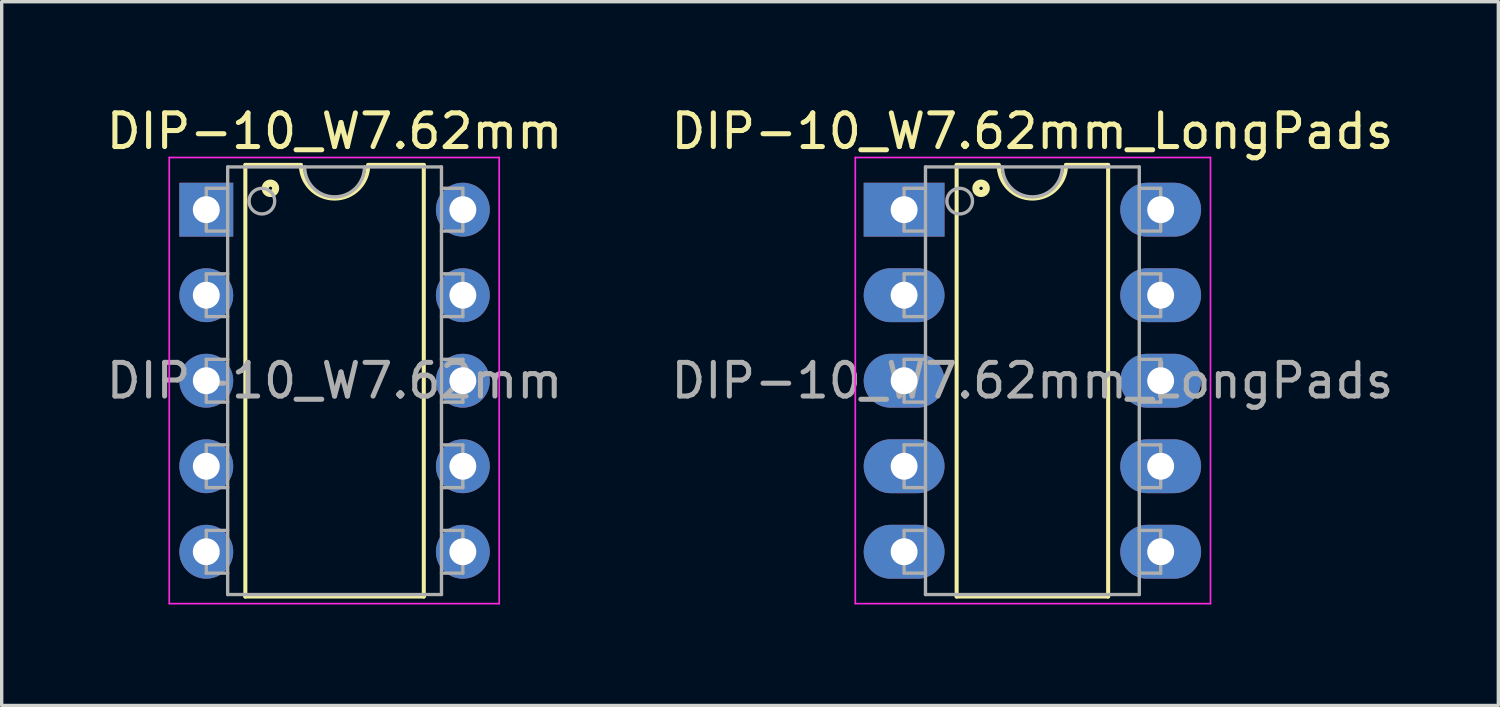
<source format=kicad_pcb>
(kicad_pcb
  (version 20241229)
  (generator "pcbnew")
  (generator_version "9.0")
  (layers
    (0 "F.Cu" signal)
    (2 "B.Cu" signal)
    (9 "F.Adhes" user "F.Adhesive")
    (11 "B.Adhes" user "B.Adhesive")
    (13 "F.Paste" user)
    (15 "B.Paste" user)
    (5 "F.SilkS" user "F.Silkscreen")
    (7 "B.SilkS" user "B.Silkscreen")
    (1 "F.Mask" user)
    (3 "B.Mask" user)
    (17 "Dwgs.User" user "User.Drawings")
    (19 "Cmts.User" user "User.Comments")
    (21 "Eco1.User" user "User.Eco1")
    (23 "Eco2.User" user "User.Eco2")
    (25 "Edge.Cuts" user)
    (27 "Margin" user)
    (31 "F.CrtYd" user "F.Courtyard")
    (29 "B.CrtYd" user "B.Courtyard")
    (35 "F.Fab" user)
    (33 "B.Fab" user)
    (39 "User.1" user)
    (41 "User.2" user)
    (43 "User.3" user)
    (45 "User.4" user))
  (footprint "DIP-10_W7.62mm_LongPads"
    (layer "F.Cu")
    (at 23.803 3.178)
    (property "Reference" "DIP-10_W7.62mm_LongPads" (at 3.81 -2.33 0) (layer "F.SilkS") (effects (font (size 1 1) (thickness 0.15))))
    (attr through_hole)
    (fp_line (start 1.56 -1.33) (end 1.56 11.49) (stroke (width 0.12) (type solid)) (layer "F.SilkS"))
    (fp_line (start 1.56 11.49) (end 6.06 11.49) (stroke (width 0.12) (type solid)) (layer "F.SilkS"))
    (fp_line (start 2.81 -1.33) (end 1.56 -1.33) (stroke (width 0.12) (type solid)) (layer "F.SilkS"))
    (fp_line (start 6.06 -1.33) (end 4.81 -1.33) (stroke (width 0.12) (type solid)) (layer "F.SilkS"))
    (fp_line (start 6.06 11.49) (end 6.06 -1.33) (stroke (width 0.12) (type solid)) (layer "F.SilkS"))
    (fp_arc (start 4.81 -1.33) (mid 3.81 -0.33) (end 2.81 -1.33) (stroke (width 0.12) (type solid)) (layer "F.SilkS"))
    (fp_circle (center 2.286 -0.635) (end 2.336 -0.635) (stroke (width 0.12) (type solid)) (fill no) (layer "F.SilkS"))
    (fp_circle (center 2.286 -0.635) (end 2.411 -0.635) (stroke (width 0.12) (type solid)) (fill no) (layer "F.SilkS"))
    (fp_circle (center 2.286 -0.635) (end 2.486 -0.635) (stroke (width 0.12) (type solid)) (fill no) (layer "F.SilkS"))
    (fp_line (start -1.45 -1.55) (end -1.45 11.7) (stroke (width 0.05) (type solid)) (layer "F.CrtYd"))
    (fp_line (start -1.45 11.7) (end 9.1 11.7) (stroke (width 0.05) (type solid)) (layer "F.CrtYd"))
    (fp_line (start 9.1 -1.55) (end -1.45 -1.55) (stroke (width 0.05) (type solid)) (layer "F.CrtYd"))
    (fp_line (start 9.1 11.7) (end 9.1 -1.55) (stroke (width 0.05) (type solid)) (layer "F.CrtYd"))
    (fp_line (start 0 -0.635) (end 0 0.635) (stroke (width 0.1) (type solid)) (layer "F.Fab"))
    (fp_line (start 0 -0.635) (end 0.635 -0.635) (stroke (width 0.1) (type solid)) (layer "F.Fab"))
    (fp_line (start 0 0.635) (end 0.635 0.635) (stroke (width 0.1) (type solid)) (layer "F.Fab"))
    (fp_line (start 0 1.905) (end 0 3.175) (stroke (width 0.1) (type solid)) (layer "F.Fab"))
    (fp_line (start 0 1.905) (end 0.635 1.905) (stroke (width 0.1) (type solid)) (layer "F.Fab"))
    (fp_line (start 0 3.175) (end 0.635 3.175) (stroke (width 0.1) (type solid)) (layer "F.Fab"))
    (fp_line (start 0 4.445) (end 0 5.715) (stroke (width 0.1) (type solid)) (layer "F.Fab"))
    (fp_line (start 0 4.445) (end 0.635 4.445) (stroke (width 0.1) (type solid)) (layer "F.Fab"))
    (fp_line (start 0 5.715) (end 0.635 5.715) (stroke (width 0.1) (type solid)) (layer "F.Fab"))
    (fp_line (start 0 6.985) (end 0 8.255) (stroke (width 0.1) (type solid)) (layer "F.Fab"))
    (fp_line (start 0 6.985) (end 0.635 6.985) (stroke (width 0.1) (type solid)) (layer "F.Fab"))
    (fp_line (start 0 8.255) (end 0.635 8.255) (stroke (width 0.1) (type solid)) (layer "F.Fab"))
    (fp_line (start 0 9.525) (end 0 10.795) (stroke (width 0.1) (type solid)) (layer "F.Fab"))
    (fp_line (start 0 9.525) (end 0.635 9.525) (stroke (width 0.1) (type solid)) (layer "F.Fab"))
    (fp_line (start 0 10.795) (end 0.635 10.795) (stroke (width 0.1) (type solid)) (layer "F.Fab"))
    (fp_line (start 0.635 -1.27) (end 6.985 -1.27) (stroke (width 0.1) (type solid)) (layer "F.Fab"))
    (fp_line (start 0.635 11.43) (end 0.635 -1.27) (stroke (width 0.1) (type solid)) (layer "F.Fab"))
    (fp_line (start 6.985 -1.27) (end 6.985 11.43) (stroke (width 0.1) (type solid)) (layer "F.Fab"))
    (fp_line (start 6.985 11.43) (end 0.635 11.43) (stroke (width 0.1) (type solid)) (layer "F.Fab"))
    (fp_line (start 7.62 -0.635) (end 6.985 -0.635) (stroke (width 0.1) (type solid)) (layer "F.Fab"))
    (fp_line (start 7.62 0.635) (end 6.985 0.635) (stroke (width 0.1) (type solid)) (layer "F.Fab"))
    (fp_line (start 7.62 0.635) (end 7.62 -0.635) (stroke (width 0.1) (type solid)) (layer "F.Fab"))
    (fp_line (start 7.62 1.905) (end 6.985 1.905) (stroke (width 0.1) (type solid)) (layer "F.Fab"))
    (fp_line (start 7.62 3.175) (end 6.985 3.175) (stroke (width 0.1) (type solid)) (layer "F.Fab"))
    (fp_line (start 7.62 3.175) (end 7.62 1.905) (stroke (width 0.1) (type solid)) (layer "F.Fab"))
    (fp_line (start 7.62 4.445) (end 6.985 4.445) (stroke (width 0.1) (type solid)) (layer "F.Fab"))
    (fp_line (start 7.62 5.715) (end 6.985 5.715) (stroke (width 0.1) (type solid)) (layer "F.Fab"))
    (fp_line (start 7.62 5.715) (end 7.62 4.445) (stroke (width 0.1) (type solid)) (layer "F.Fab"))
    (fp_line (start 7.62 6.985) (end 6.985 6.985) (stroke (width 0.1) (type solid)) (layer "F.Fab"))
    (fp_line (start 7.62 8.255) (end 6.985 8.255) (stroke (width 0.1) (type solid)) (layer "F.Fab"))
    (fp_line (start 7.62 8.255) (end 7.62 6.985) (stroke (width 0.1) (type solid)) (layer "F.Fab"))
    (fp_line (start 7.62 9.525) (end 6.985 9.525) (stroke (width 0.1) (type solid)) (layer "F.Fab"))
    (fp_line (start 7.62 10.795) (end 6.985 10.795) (stroke (width 0.1) (type solid)) (layer "F.Fab"))
    (fp_line (start 7.62 10.795) (end 7.62 9.525) (stroke (width 0.1) (type solid)) (layer "F.Fab"))
    (fp_arc (start 4.699 -1.27) (mid 3.81 -0.381) (end 2.921 -1.27) (stroke (width 0.1) (type solid)) (layer "F.Fab"))
    (fp_circle (center 1.651 -0.254) (end 2.032 -0.254) (stroke (width 0.1) (type solid)) (fill no) (layer "F.Fab"))
    (fp_text user "${REFERENCE}" (at 3.81 5.08 0) (layer "F.Fab") (effects (font (size 1 1) (thickness 0.15))))
    (pad "1" thru_hole rect (at 0 0) (size 2.4 1.6) (drill 0.8) (layers "*.Cu" "*.Mask"))
    (pad "2" thru_hole oval (at 0 2.54) (size 2.4 1.6) (drill 0.8) (layers "*.Cu" "*.Mask"))
    (pad "3" thru_hole oval (at 0 5.08) (size 2.4 1.6) (drill 0.8) (layers "*.Cu" "*.Mask"))
    (pad "4" thru_hole oval (at 0 7.62) (size 2.4 1.6) (drill 0.8) (layers "*.Cu" "*.Mask"))
    (pad "5" thru_hole oval (at 0 10.16) (size 2.4 1.6) (drill 0.8) (layers "*.Cu" "*.Mask"))
    (pad "6" thru_hole oval (at 7.62 10.16) (size 2.4 1.6) (drill 0.8) (layers "*.Cu" "*.Mask"))
    (pad "7" thru_hole oval (at 7.62 7.62) (size 2.4 1.6) (drill 0.8) (layers "*.Cu" "*.Mask"))
    (pad "8" thru_hole oval (at 7.62 5.08) (size 2.4 1.6) (drill 0.8) (layers "*.Cu" "*.Mask"))
    (pad "9" thru_hole oval (at 7.62 2.54) (size 2.4 1.6) (drill 0.8) (layers "*.Cu" "*.Mask"))
    (pad "10" thru_hole oval (at 7.62 0) (size 2.4 1.6) (drill 0.8) (layers "*.Cu" "*.Mask")))
  (footprint "DIP-10_W7.62mm"
    (layer "F.Cu")
    (at 3.077 3.178)
    (property "Reference" "DIP-10_W7.62mm" (at 3.81 -2.33 0) (layer "F.SilkS") (effects (font (size 1 1) (thickness 0.15))))
    (attr through_hole)
    (fp_line (start 1.16 -1.33) (end 1.16 11.49) (stroke (width 0.12) (type solid)) (layer "F.SilkS"))
    (fp_line (start 1.16 11.49) (end 6.46 11.49) (stroke (width 0.12) (type solid)) (layer "F.SilkS"))
    (fp_line (start 2.81 -1.33) (end 1.16 -1.33) (stroke (width 0.12) (type solid)) (layer "F.SilkS"))
    (fp_line (start 6.46 -1.33) (end 4.81 -1.33) (stroke (width 0.12) (type solid)) (layer "F.SilkS"))
    (fp_line (start 6.46 11.49) (end 6.46 -1.33) (stroke (width 0.12) (type solid)) (layer "F.SilkS"))
    (fp_arc (start 4.81 -1.33) (mid 3.81 -0.33) (end 2.81 -1.33) (stroke (width 0.12) (type solid)) (layer "F.SilkS"))
    (fp_circle (center 1.905 -0.635) (end 1.955 -0.635) (stroke (width 0.12) (type solid)) (fill no) (layer "F.SilkS"))
    (fp_circle (center 1.905 -0.635) (end 2.03 -0.635) (stroke (width 0.12) (type solid)) (fill no) (layer "F.SilkS"))
    (fp_circle (center 1.905 -0.635) (end 2.105 -0.635) (stroke (width 0.12) (type solid)) (fill no) (layer "F.SilkS"))
    (fp_line (start -1.1 -1.55) (end -1.1 11.7) (stroke (width 0.05) (type solid)) (layer "F.CrtYd"))
    (fp_line (start -1.1 11.7) (end 8.7 11.7) (stroke (width 0.05) (type solid)) (layer "F.CrtYd"))
    (fp_line (start 8.7 -1.55) (end -1.1 -1.55) (stroke (width 0.05) (type solid)) (layer "F.CrtYd"))
    (fp_line (start 8.7 11.7) (end 8.7 -1.55) (stroke (width 0.05) (type solid)) (layer "F.CrtYd"))
    (fp_line (start 0 -0.635) (end 0 0.635) (stroke (width 0.1) (type solid)) (layer "F.Fab"))
    (fp_line (start 0 -0.635) (end 0.635 -0.635) (stroke (width 0.1) (type solid)) (layer "F.Fab"))
    (fp_line (start 0 0.635) (end 0.635 0.635) (stroke (width 0.1) (type solid)) (layer "F.Fab"))
    (fp_line (start 0 1.905) (end 0 3.175) (stroke (width 0.1) (type solid)) (layer "F.Fab"))
    (fp_line (start 0 1.905) (end 0.635 1.905) (stroke (width 0.1) (type solid)) (layer "F.Fab"))
    (fp_line (start 0 3.175) (end 0.635 3.175) (stroke (width 0.1) (type solid)) (layer "F.Fab"))
    (fp_line (start 0 4.445) (end 0 5.715) (stroke (width 0.1) (type solid)) (layer "F.Fab"))
    (fp_line (start 0 4.445) (end 0.635 4.445) (stroke (width 0.1) (type solid)) (layer "F.Fab"))
    (fp_line (start 0 5.715) (end 0.635 5.715) (stroke (width 0.1) (type solid)) (layer "F.Fab"))
    (fp_line (start 0 6.985) (end 0 8.255) (stroke (width 0.1) (type solid)) (layer "F.Fab"))
    (fp_line (start 0 6.985) (end 0.635 6.985) (stroke (width 0.1) (type solid)) (layer "F.Fab"))
    (fp_line (start 0 8.255) (end 0.635 8.255) (stroke (width 0.1) (type solid)) (layer "F.Fab"))
    (fp_line (start 0 9.525) (end 0 10.795) (stroke (width 0.1) (type solid)) (layer "F.Fab"))
    (fp_line (start 0 9.525) (end 0.635 9.525) (stroke (width 0.1) (type solid)) (layer "F.Fab"))
    (fp_line (start 0 10.795) (end 0.635 10.795) (stroke (width 0.1) (type solid)) (layer "F.Fab"))
    (fp_line (start 0.635 -1.27) (end 6.985 -1.27) (stroke (width 0.1) (type solid)) (layer "F.Fab"))
    (fp_line (start 0.635 11.43) (end 0.635 -1.27) (stroke (width 0.1) (type solid)) (layer "F.Fab"))
    (fp_line (start 6.985 -1.27) (end 6.985 11.43) (stroke (width 0.1) (type solid)) (layer "F.Fab"))
    (fp_line (start 6.985 11.43) (end 0.635 11.43) (stroke (width 0.1) (type solid)) (layer "F.Fab"))
    (fp_line (start 7.62 -0.635) (end 6.985 -0.635) (stroke (width 0.1) (type solid)) (layer "F.Fab"))
    (fp_line (start 7.62 0.635) (end 6.985 0.635) (stroke (width 0.1) (type solid)) (layer "F.Fab"))
    (fp_line (start 7.62 0.635) (end 7.62 -0.635) (stroke (width 0.1) (type solid)) (layer "F.Fab"))
    (fp_line (start 7.62 1.905) (end 6.985 1.905) (stroke (width 0.1) (type solid)) (layer "F.Fab"))
    (fp_line (start 7.62 3.175) (end 6.985 3.175) (stroke (width 0.1) (type solid)) (layer "F.Fab"))
    (fp_line (start 7.62 3.175) (end 7.62 1.905) (stroke (width 0.1) (type solid)) (layer "F.Fab"))
    (fp_line (start 7.62 4.445) (end 6.985 4.445) (stroke (width 0.1) (type solid)) (layer "F.Fab"))
    (fp_line (start 7.62 5.715) (end 6.985 5.715) (stroke (width 0.1) (type solid)) (layer "F.Fab"))
    (fp_line (start 7.62 5.715) (end 7.62 4.445) (stroke (width 0.1) (type solid)) (layer "F.Fab"))
    (fp_line (start 7.62 6.985) (end 6.985 6.985) (stroke (width 0.1) (type solid)) (layer "F.Fab"))
    (fp_line (start 7.62 8.255) (end 6.985 8.255) (stroke (width 0.1) (type solid)) (layer "F.Fab"))
    (fp_line (start 7.62 8.255) (end 7.62 6.985) (stroke (width 0.1) (type solid)) (layer "F.Fab"))
    (fp_line (start 7.62 9.525) (end 6.985 9.525) (stroke (width 0.1) (type solid)) (layer "F.Fab"))
    (fp_line (start 7.62 10.795) (end 6.985 10.795) (stroke (width 0.1) (type solid)) (layer "F.Fab"))
    (fp_line (start 7.62 10.795) (end 7.62 9.525) (stroke (width 0.1) (type solid)) (layer "F.Fab"))
    (fp_arc (start 4.699 -1.27) (mid 3.81 -0.381) (end 2.921 -1.27) (stroke (width 0.1) (type solid)) (layer "F.Fab"))
    (fp_circle (center 1.651 -0.254) (end 2.032 -0.254) (stroke (width 0.1) (type solid)) (fill no) (layer "F.Fab"))
    (fp_text user "${REFERENCE}" (at 3.81 5.08 0) (layer "F.Fab") (effects (font (size 1 1) (thickness 0.15))))
    (pad "1" thru_hole rect (at 0 0) (size 1.6 1.6) (drill 0.8) (layers "*.Cu" "*.Mask"))
    (pad "2" thru_hole oval (at 0 2.54) (size 1.6 1.6) (drill 0.8) (layers "*.Cu" "*.Mask"))
    (pad "3" thru_hole oval (at 0 5.08) (size 1.6 1.6) (drill 0.8) (layers "*.Cu" "*.Mask"))
    (pad "4" thru_hole oval (at 0 7.62) (size 1.6 1.6) (drill 0.8) (layers "*.Cu" "*.Mask"))
    (pad "5" thru_hole oval (at 0 10.16) (size 1.6 1.6) (drill 0.8) (layers "*.Cu" "*.Mask"))
    (pad "6" thru_hole oval (at 7.62 10.16) (size 1.6 1.6) (drill 0.8) (layers "*.Cu" "*.Mask"))
    (pad "7" thru_hole oval (at 7.62 7.62) (size 1.6 1.6) (drill 0.8) (layers "*.Cu" "*.Mask"))
    (pad "8" thru_hole oval (at 7.62 5.08) (size 1.6 1.6) (drill 0.8) (layers "*.Cu" "*.Mask"))
    (pad "9" thru_hole oval (at 7.62 2.54) (size 1.6 1.6) (drill 0.8) (layers "*.Cu" "*.Mask"))
    (pad "10" thru_hole oval (at 7.62 0) (size 1.6 1.6) (drill 0.8) (layers "*.Cu" "*.Mask")))
  (gr_rect
    (start -3 -3)
    (end 41.452 17.903)
    (stroke (width 0.1) (type default))
    (fill no)
    (layer "Edge.Cuts")))
</source>
